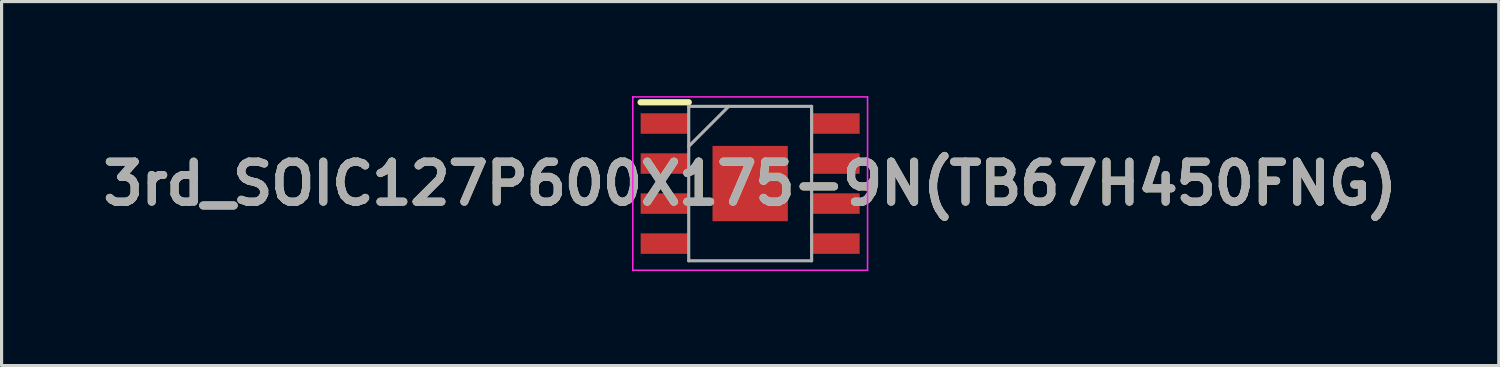
<source format=kicad_pcb>
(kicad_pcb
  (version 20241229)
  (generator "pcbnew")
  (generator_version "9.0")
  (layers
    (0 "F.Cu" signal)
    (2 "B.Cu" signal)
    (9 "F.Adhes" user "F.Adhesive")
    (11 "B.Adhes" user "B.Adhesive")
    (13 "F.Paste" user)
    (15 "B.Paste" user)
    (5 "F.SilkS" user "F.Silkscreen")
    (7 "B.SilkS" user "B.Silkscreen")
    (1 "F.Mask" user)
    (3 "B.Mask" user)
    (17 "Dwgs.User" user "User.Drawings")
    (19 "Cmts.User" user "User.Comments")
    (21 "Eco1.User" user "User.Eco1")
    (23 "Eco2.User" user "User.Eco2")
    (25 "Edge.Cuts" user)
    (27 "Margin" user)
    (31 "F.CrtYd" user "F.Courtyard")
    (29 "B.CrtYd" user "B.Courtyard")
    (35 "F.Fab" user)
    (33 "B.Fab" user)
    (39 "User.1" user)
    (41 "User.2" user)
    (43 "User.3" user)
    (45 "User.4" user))
  (footprint "3rd_SOIC127P600X175-9N(TB67H450FNG)"
    (layer "F.Cu")
    (at 20.755 2.775)
    (property "Reference" "3rd_SOIC127P600X175-9N(TB67H450FNG)" (at 0 0 0) (layer "F.SilkS") (effects (font (size 1.27 1.27) (thickness 0.254))))
    (attr smd)
    (fp_line (start -3.475 -2.58) (end -1.95 -2.58) (stroke (width 0.2) (type solid)) (layer "F.SilkS"))
    (fp_line (start -3.725 -2.75) (end 3.725 -2.75) (stroke (width 0.05) (type solid)) (layer "F.CrtYd"))
    (fp_line (start -3.725 2.75) (end -3.725 -2.75) (stroke (width 0.05) (type solid)) (layer "F.CrtYd"))
    (fp_line (start 3.725 -2.75) (end 3.725 2.75) (stroke (width 0.05) (type solid)) (layer "F.CrtYd"))
    (fp_line (start 3.725 2.75) (end -3.725 2.75) (stroke (width 0.05) (type solid)) (layer "F.CrtYd"))
    (fp_line (start -1.95 -2.45) (end 1.95 -2.45) (stroke (width 0.1) (type solid)) (layer "F.Fab"))
    (fp_line (start -1.95 -1.18) (end -0.68 -2.45) (stroke (width 0.1) (type solid)) (layer "F.Fab"))
    (fp_line (start -1.95 2.45) (end -1.95 -2.45) (stroke (width 0.1) (type solid)) (layer "F.Fab"))
    (fp_line (start 1.95 -2.45) (end 1.95 2.45) (stroke (width 0.1) (type solid)) (layer "F.Fab"))
    (fp_line (start 1.95 2.45) (end -1.95 2.45) (stroke (width 0.1) (type solid)) (layer "F.Fab"))
    (fp_text user "${REFERENCE}" (at 0 0 0) (layer "F.Fab") (effects (font (size 1.27 1.27) (thickness 0.254))))
    (pad "1" smd rect (at -2.712 -1.905 90) (size 0.65 1.525) (layers "F.Cu" "F.Mask" "F.Paste"))
    (pad "2" smd rect (at -2.712 -0.635 90) (size 0.65 1.525) (layers "F.Cu" "F.Mask" "F.Paste"))
    (pad "3" smd rect (at -2.712 0.635 90) (size 0.65 1.525) (layers "F.Cu" "F.Mask" "F.Paste"))
    (pad "4" smd rect (at -2.712 1.905 90) (size 0.65 1.525) (layers "F.Cu" "F.Mask" "F.Paste"))
    (pad "5" smd rect (at 2.712 1.905 90) (size 0.65 1.525) (layers "F.Cu" "F.Mask" "F.Paste"))
    (pad "6" smd rect (at 2.712 0.635 90) (size 0.65 1.525) (layers "F.Cu" "F.Mask" "F.Paste"))
    (pad "7" smd rect (at 2.712 -0.635 90) (size 0.65 1.525) (layers "F.Cu" "F.Mask" "F.Paste"))
    (pad "8" smd rect (at 2.712 -1.905 90) (size 0.65 1.525) (layers "F.Cu" "F.Mask" "F.Paste"))
    (pad "9" smd rect (at 0 0) (size 2.39 2.39) (layers "F.Cu" "F.Mask" "F.Paste")))
  (gr_rect
    (start -3 -3)
    (end 44.511 8.55)
    (stroke (width 0.1) (type default))
    (fill no)
    (layer "Edge.Cuts")))
</source>
